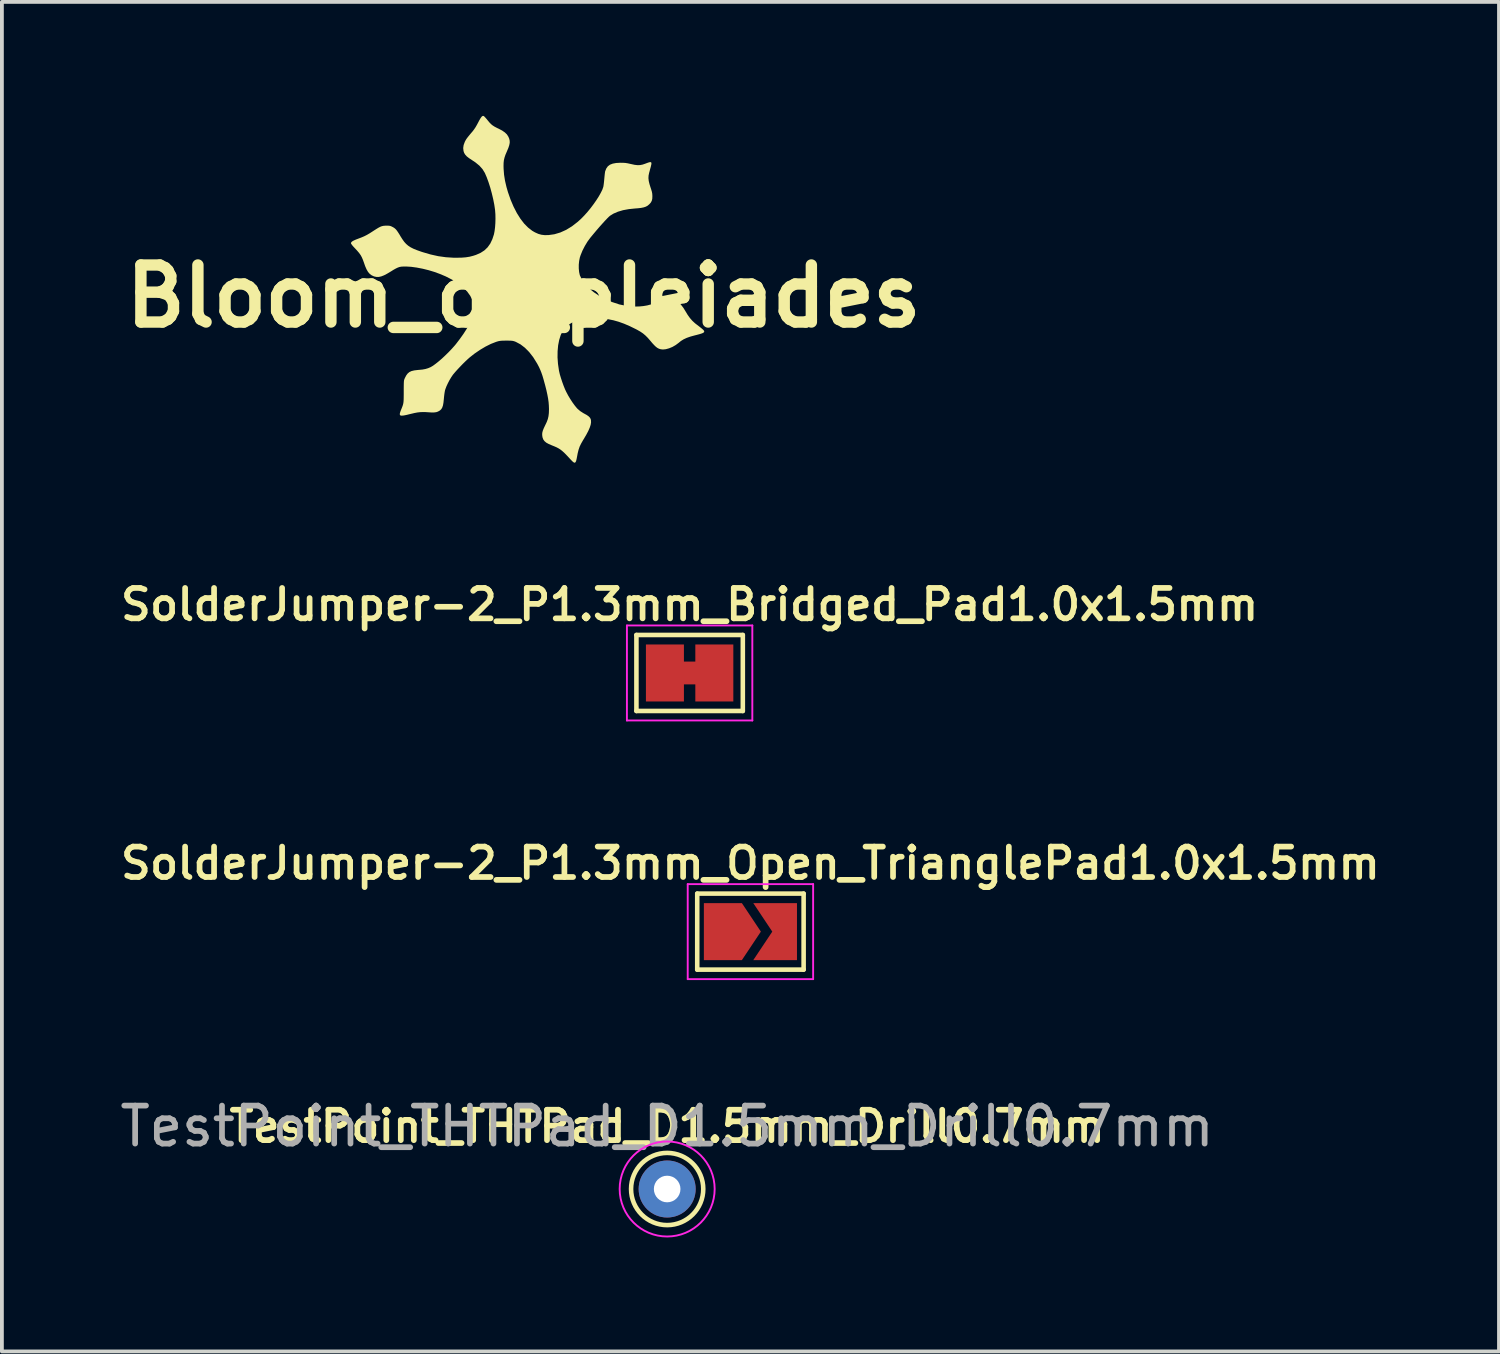
<source format=kicad_pcb>
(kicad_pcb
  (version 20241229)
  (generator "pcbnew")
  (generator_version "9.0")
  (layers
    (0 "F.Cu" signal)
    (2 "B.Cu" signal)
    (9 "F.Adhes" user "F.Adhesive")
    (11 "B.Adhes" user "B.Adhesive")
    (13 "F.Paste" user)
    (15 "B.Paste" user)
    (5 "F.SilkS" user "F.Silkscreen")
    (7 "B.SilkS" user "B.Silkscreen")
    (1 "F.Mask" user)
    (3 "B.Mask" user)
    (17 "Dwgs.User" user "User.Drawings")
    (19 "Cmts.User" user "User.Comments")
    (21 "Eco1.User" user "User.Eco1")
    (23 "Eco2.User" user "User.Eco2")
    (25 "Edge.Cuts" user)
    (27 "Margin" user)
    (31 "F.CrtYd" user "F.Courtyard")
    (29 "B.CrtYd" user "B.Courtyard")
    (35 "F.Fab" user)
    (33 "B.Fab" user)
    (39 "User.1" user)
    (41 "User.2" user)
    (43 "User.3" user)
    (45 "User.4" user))
  (footprint "SolderJumper-2_P1.3mm_Bridged_Pad1.0x1.5mm"
    (layer "F.Cu")
    (at 15.097 14.659)
    (property "Reference" "SolderJumper-2_P1.3mm_Bridged_Pad1.0x1.5mm" (at 0 -1.8 0) (layer "F.SilkS") (effects (font (size 0.8 0.8) (thickness 0.15))))
    (attr exclude_from_pos_files exclude_from_bom)
    (fp_poly (pts (xy -0.25 -0.3) (xy 0.25 -0.3) (xy 0.25 0.3) (xy -0.25 0.3)) (stroke (width 0) (type solid)) (fill yes) (layer "F.Cu"))
    (fp_line (start -1.4 -1) (end 1.4 -1) (stroke (width 0.12) (type solid)) (layer "F.SilkS"))
    (fp_line (start -1.4 1) (end -1.4 -1) (stroke (width 0.12) (type solid)) (layer "F.SilkS"))
    (fp_line (start 1.4 -1) (end 1.4 1) (stroke (width 0.12) (type solid)) (layer "F.SilkS"))
    (fp_line (start 1.4 1) (end -1.4 1) (stroke (width 0.12) (type solid)) (layer "F.SilkS"))
    (fp_line (start -1.65 -1.25) (end -1.65 1.25) (stroke (width 0.05) (type solid)) (layer "F.CrtYd"))
    (fp_line (start -1.65 -1.25) (end 1.65 -1.25) (stroke (width 0.05) (type solid)) (layer "F.CrtYd"))
    (fp_line (start 1.65 1.25) (end -1.65 1.25) (stroke (width 0.05) (type solid)) (layer "F.CrtYd"))
    (fp_line (start 1.65 1.25) (end 1.65 -1.25) (stroke (width 0.05) (type solid)) (layer "F.CrtYd"))
    (pad "1" smd rect (at -0.65 0) (size 1 1.5) (layers "F.Cu" "F.Mask"))
    (pad "2" smd rect (at 0.65 0) (size 1 1.5) (layers "F.Cu" "F.Mask")))
  (footprint "TestPoint_THTPad_D1.5mm_Drill0.7mm"
    (layer "F.Cu")
    (at 14.506 28.238)
    (property "Reference" "TestPoint_THTPad_D1.5mm_Drill0.7mm" (at 0 -1.648 0) (layer "F.SilkS") (effects (font (size 0.8 0.8) (thickness 0.15))))
    (attr exclude_from_pos_files exclude_from_bom)
    (fp_circle (center 0 0) (end 0 0.95) (stroke (width 0.12) (type solid)) (fill no) (layer "F.SilkS"))
    (fp_circle (center 0 0) (end 1.25 0) (stroke (width 0.05) (type solid)) (fill no) (layer "F.CrtYd"))
    (fp_text user "${REFERENCE}" (at 0 -1.65 0) (layer "F.Fab") (effects (font (size 1 1) (thickness 0.15))))
    (pad "1" thru_hole circle (at 0 0) (size 1.5 1.5) (drill 0.7) (layers "*.Cu" "*.Mask")))
  (footprint "Bloom_of_pleiades"
    (layer "F.Cu")
    (at 10.729 4.745)
    (property "Reference" "Bloom_of_pleiades" (at 0 0 0) (layer "F.SilkS") (effects (font (size 1.5 1.5) (thickness 0.3))))
    (attr board_only exclude_from_pos_files exclude_from_bom)
    (fp_poly (pts (xy -1.05 -4.742) (xy -1.031 -4.726) (xy -1.003 -4.696) (xy -0.969 -4.657) (xy -0.95 -4.633) (xy -0.903 -4.576) (xy -0.86 -4.531) (xy -0.815 -4.494) (xy -0.763 -4.461) (xy -0.696 -4.426) (xy -0.659 -4.409) (xy -0.566 -4.36) (xy -0.494 -4.31) (xy -0.44 -4.258) (xy -0.403 -4.2) (xy -0.402 -4.199) (xy -0.379 -4.144) (xy -0.367 -4.091) (xy -0.366 -4.036) (xy -0.378 -3.975) (xy -0.402 -3.902) (xy -0.44 -3.812) (xy -0.44 -3.811) (xy -0.477 -3.726) (xy -0.502 -3.652) (xy -0.519 -3.582) (xy -0.527 -3.51) (xy -0.529 -3.426) (xy -0.527 -3.353) (xy -0.515 -3.197) (xy -0.49 -3.039) (xy -0.451 -2.872) (xy -0.413 -2.741) (xy -0.343 -2.54) (xy -0.264 -2.355) (xy -0.178 -2.188) (xy -0.085 -2.04) (xy 0.013 -1.912) (xy 0.118 -1.806) (xy 0.226 -1.722) (xy 0.299 -1.68) (xy 0.386 -1.641) (xy 0.467 -1.618) (xy 0.552 -1.608) (xy 0.651 -1.609) (xy 0.654 -1.609) (xy 0.81 -1.631) (xy 0.965 -1.677) (xy 1.12 -1.747) (xy 1.273 -1.841) (xy 1.425 -1.959) (xy 1.515 -2.041) (xy 1.597 -2.125) (xy 1.681 -2.219) (xy 1.763 -2.319) (xy 1.841 -2.423) (xy 1.913 -2.526) (xy 1.977 -2.626) (xy 2.03 -2.72) (xy 2.071 -2.803) (xy 2.095 -2.872) (xy 2.097 -2.878) (xy 2.103 -2.913) (xy 2.11 -2.965) (xy 2.117 -3.027) (xy 2.123 -3.094) (xy 2.123 -3.094) (xy 2.129 -3.158) (xy 2.135 -3.216) (xy 2.141 -3.262) (xy 2.146 -3.29) (xy 2.147 -3.291) (xy 2.176 -3.363) (xy 2.216 -3.419) (xy 2.272 -3.461) (xy 2.344 -3.489) (xy 2.434 -3.506) (xy 2.544 -3.512) (xy 2.618 -3.511) (xy 2.68 -3.507) (xy 2.742 -3.497) (xy 2.813 -3.481) (xy 2.828 -3.478) (xy 2.919 -3.458) (xy 2.995 -3.449) (xy 3.063 -3.451) (xy 3.131 -3.464) (xy 3.205 -3.489) (xy 3.214 -3.493) (xy 3.279 -3.517) (xy 3.323 -3.529) (xy 3.351 -3.527) (xy 3.363 -3.509) (xy 3.361 -3.473) (xy 3.349 -3.42) (xy 3.346 -3.405) (xy 3.33 -3.349) (xy 3.315 -3.291) (xy 3.303 -3.248) (xy 3.288 -3.177) (xy 3.284 -3.107) (xy 3.292 -3.034) (xy 3.312 -2.95) (xy 3.336 -2.873) (xy 3.359 -2.803) (xy 3.375 -2.748) (xy 3.384 -2.701) (xy 3.387 -2.657) (xy 3.388 -2.63) (xy 3.385 -2.562) (xy 3.371 -2.509) (xy 3.345 -2.462) (xy 3.302 -2.415) (xy 3.301 -2.415) (xy 3.262 -2.382) (xy 3.216 -2.357) (xy 3.16 -2.338) (xy 3.09 -2.324) (xy 3.003 -2.314) (xy 2.933 -2.309) (xy 2.768 -2.292) (xy 2.616 -2.264) (xy 2.481 -2.224) (xy 2.365 -2.174) (xy 2.274 -2.118) (xy 2.241 -2.089) (xy 2.195 -2.043) (xy 2.137 -1.982) (xy 2.07 -1.908) (xy 1.995 -1.824) (xy 1.915 -1.731) (xy 1.832 -1.632) (xy 1.756 -1.54) (xy 1.68 -1.437) (xy 1.61 -1.321) (xy 1.548 -1.2) (xy 1.5 -1.082) (xy 1.479 -1.019) (xy 1.461 -0.929) (xy 1.451 -0.83) (xy 1.451 -0.731) (xy 1.46 -0.638) (xy 1.477 -0.559) (xy 1.483 -0.543) (xy 1.54 -0.426) (xy 1.621 -0.314) (xy 1.724 -0.205) (xy 1.85 -0.103) (xy 1.996 -0.006) (xy 2.134 0.068) (xy 2.327 0.153) (xy 2.519 0.216) (xy 2.71 0.255) (xy 2.898 0.271) (xy 2.93 0.272) (xy 3.046 0.269) (xy 3.152 0.259) (xy 3.252 0.242) (xy 3.353 0.215) (xy 3.462 0.178) (xy 3.584 0.128) (xy 3.599 0.122) (xy 3.658 0.098) (xy 3.702 0.082) (xy 3.74 0.073) (xy 3.78 0.069) (xy 3.822 0.068) (xy 3.878 0.07) (xy 3.921 0.075) (xy 3.959 0.088) (xy 3.989 0.102) (xy 4.064 0.149) (xy 4.135 0.216) (xy 4.203 0.305) (xy 4.253 0.386) (xy 4.316 0.49) (xy 4.377 0.575) (xy 4.439 0.646) (xy 4.506 0.708) (xy 4.532 0.729) (xy 4.604 0.784) (xy 4.659 0.827) (xy 4.698 0.859) (xy 4.725 0.883) (xy 4.741 0.901) (xy 4.749 0.915) (xy 4.752 0.923) (xy 4.75 0.939) (xy 4.739 0.954) (xy 4.716 0.968) (xy 4.678 0.983) (xy 4.622 1) (xy 4.546 1.02) (xy 4.506 1.03) (xy 4.389 1.062) (xy 4.292 1.096) (xy 4.21 1.134) (xy 4.138 1.179) (xy 4.078 1.228) (xy 4.001 1.285) (xy 3.916 1.334) (xy 3.829 1.37) (xy 3.743 1.394) (xy 3.664 1.402) (xy 3.606 1.395) (xy 3.563 1.382) (xy 3.523 1.362) (xy 3.482 1.332) (xy 3.438 1.29) (xy 3.385 1.233) (xy 3.339 1.178) (xy 3.269 1.097) (xy 3.205 1.033) (xy 3.141 0.979) (xy 3.07 0.931) (xy 2.986 0.883) (xy 2.955 0.867) (xy 2.792 0.787) (xy 2.643 0.723) (xy 2.501 0.672) (xy 2.363 0.633) (xy 2.224 0.605) (xy 2.078 0.587) (xy 2.015 0.581) (xy 1.842 0.576) (xy 1.68 0.584) (xy 1.531 0.607) (xy 1.395 0.644) (xy 1.275 0.694) (xy 1.173 0.756) (xy 1.089 0.83) (xy 1.028 0.911) (xy 0.976 1.021) (xy 0.936 1.149) (xy 0.908 1.292) (xy 0.894 1.447) (xy 0.892 1.611) (xy 0.904 1.78) (xy 0.929 1.951) (xy 0.934 1.976) (xy 0.953 2.058) (xy 0.982 2.154) (xy 1.016 2.257) (xy 1.053 2.359) (xy 1.091 2.453) (xy 1.123 2.52) (xy 1.171 2.611) (xy 1.227 2.705) (xy 1.286 2.795) (xy 1.345 2.876) (xy 1.4 2.943) (xy 1.42 2.964) (xy 1.49 3.024) (xy 1.574 3.078) (xy 1.591 3.087) (xy 1.662 3.126) (xy 1.712 3.162) (xy 1.745 3.196) (xy 1.765 3.233) (xy 1.772 3.265) (xy 1.774 3.32) (xy 1.764 3.383) (xy 1.74 3.456) (xy 1.703 3.542) (xy 1.651 3.641) (xy 1.583 3.757) (xy 1.563 3.789) (xy 1.513 3.877) (xy 1.474 3.957) (xy 1.446 4.039) (xy 1.423 4.13) (xy 1.409 4.205) (xy 1.394 4.283) (xy 1.38 4.339) (xy 1.363 4.371) (xy 1.343 4.382) (xy 1.316 4.372) (xy 1.28 4.342) (xy 1.233 4.293) (xy 1.223 4.282) (xy 1.147 4.2) (xy 1.084 4.135) (xy 1.028 4.083) (xy 0.977 4.041) (xy 0.925 4.007) (xy 0.869 3.977) (xy 0.805 3.949) (xy 0.745 3.925) (xy 0.659 3.888) (xy 0.594 3.852) (xy 0.548 3.812) (xy 0.516 3.767) (xy 0.497 3.714) (xy 0.495 3.703) (xy 0.488 3.65) (xy 0.49 3.597) (xy 0.504 3.54) (xy 0.53 3.474) (xy 0.568 3.394) (xy 0.608 3.31) (xy 0.636 3.234) (xy 0.654 3.158) (xy 0.664 3.074) (xy 0.667 2.974) (xy 0.667 2.968) (xy 0.664 2.879) (xy 0.657 2.788) (xy 0.644 2.693) (xy 0.624 2.587) (xy 0.598 2.468) (xy 0.563 2.33) (xy 0.556 2.306) (xy 0.524 2.189) (xy 0.495 2.091) (xy 0.466 2.008) (xy 0.436 1.933) (xy 0.404 1.863) (xy 0.366 1.791) (xy 0.352 1.766) (xy 0.252 1.605) (xy 0.146 1.469) (xy 0.034 1.356) (xy -0.082 1.267) (xy -0.204 1.202) (xy -0.219 1.196) (xy -0.251 1.184) (xy -0.283 1.176) (xy -0.32 1.171) (xy -0.367 1.169) (xy -0.431 1.168) (xy -0.457 1.168) (xy -0.529 1.169) (xy -0.583 1.171) (xy -0.627 1.176) (xy -0.667 1.184) (xy -0.711 1.197) (xy -0.729 1.203) (xy -0.862 1.255) (xy -1.004 1.326) (xy -1.15 1.413) (xy -1.296 1.513) (xy -1.419 1.61) (xy -1.472 1.657) (xy -1.536 1.717) (xy -1.605 1.785) (xy -1.675 1.858) (xy -1.742 1.929) (xy -1.801 1.995) (xy -1.848 2.051) (xy -1.862 2.068) (xy -1.906 2.133) (xy -1.952 2.21) (xy -1.995 2.293) (xy -2.032 2.373) (xy -2.059 2.445) (xy -2.069 2.476) (xy -2.077 2.518) (xy -2.086 2.576) (xy -2.094 2.644) (xy -2.1 2.71) (xy -2.11 2.803) (xy -2.123 2.875) (xy -2.142 2.93) (xy -2.166 2.971) (xy -2.199 3.003) (xy -2.209 3.01) (xy -2.253 3.035) (xy -2.3 3.051) (xy -2.355 3.058) (xy -2.424 3.059) (xy -2.488 3.055) (xy -2.579 3.049) (xy -2.657 3.048) (xy -2.727 3.051) (xy -2.797 3.059) (xy -2.875 3.074) (xy -2.968 3.096) (xy -2.99 3.101) (xy -3.083 3.124) (xy -3.154 3.138) (xy -3.206 3.143) (xy -3.239 3.139) (xy -3.256 3.123) (xy -3.259 3.095) (xy -3.249 3.053) (xy -3.229 2.997) (xy -3.218 2.972) (xy -3.199 2.924) (xy -3.184 2.884) (xy -3.173 2.848) (xy -3.165 2.811) (xy -3.16 2.77) (xy -3.157 2.719) (xy -3.156 2.655) (xy -3.155 2.573) (xy -3.155 2.507) (xy -3.155 2.415) (xy -3.154 2.343) (xy -3.153 2.29) (xy -3.151 2.25) (xy -3.148 2.22) (xy -3.143 2.197) (xy -3.135 2.176) (xy -3.126 2.155) (xy -3.123 2.149) (xy -3.088 2.082) (xy -3.05 2.032) (xy -3.005 1.995) (xy -2.949 1.969) (xy -2.878 1.952) (xy -2.788 1.941) (xy -2.764 1.939) (xy -2.665 1.93) (xy -2.584 1.915) (xy -2.514 1.894) (xy -2.448 1.866) (xy -2.444 1.864) (xy -2.385 1.829) (xy -2.314 1.777) (xy -2.234 1.713) (xy -2.148 1.639) (xy -2.061 1.557) (xy -1.974 1.472) (xy -1.892 1.386) (xy -1.817 1.302) (xy -1.782 1.26) (xy -1.678 1.124) (xy -1.584 0.992) (xy -1.502 0.864) (xy -1.433 0.744) (xy -1.379 0.634) (xy -1.341 0.537) (xy -1.327 0.487) (xy -1.314 0.402) (xy -1.311 0.308) (xy -1.319 0.215) (xy -1.337 0.133) (xy -1.345 0.109) (xy -1.404 -0.01) (xy -1.486 -0.124) (xy -1.592 -0.233) (xy -1.721 -0.335) (xy -1.874 -0.431) (xy -2.049 -0.521) (xy -2.198 -0.584) (xy -2.345 -0.638) (xy -2.5 -0.685) (xy -2.658 -0.724) (xy -2.813 -0.754) (xy -2.959 -0.774) (xy -3.091 -0.782) (xy -3.106 -0.782) (xy -3.169 -0.781) (xy -3.222 -0.778) (xy -3.268 -0.769) (xy -3.313 -0.753) (xy -3.363 -0.729) (xy -3.424 -0.695) (xy -3.491 -0.653) (xy -3.59 -0.594) (xy -3.674 -0.55) (xy -3.746 -0.522) (xy -3.809 -0.508) (xy -3.868 -0.507) (xy -3.924 -0.518) (xy -3.942 -0.524) (xy -4 -0.551) (xy -4.05 -0.588) (xy -4.094 -0.639) (xy -4.133 -0.706) (xy -4.171 -0.793) (xy -4.198 -0.871) (xy -4.228 -0.955) (xy -4.257 -1.023) (xy -4.289 -1.082) (xy -4.329 -1.138) (xy -4.38 -1.198) (xy -4.434 -1.256) (xy -4.478 -1.303) (xy -4.513 -1.344) (xy -4.536 -1.376) (xy -4.544 -1.394) (xy -4.537 -1.417) (xy -4.515 -1.44) (xy -4.474 -1.464) (xy -4.414 -1.491) (xy -4.356 -1.513) (xy -4.269 -1.546) (xy -4.194 -1.578) (xy -4.125 -1.613) (xy -4.053 -1.655) (xy -3.97 -1.708) (xy -3.955 -1.718) (xy -3.88 -1.766) (xy -3.821 -1.802) (xy -3.773 -1.827) (xy -3.731 -1.843) (xy -3.69 -1.852) (xy -3.645 -1.856) (xy -3.612 -1.857) (xy -3.558 -1.856) (xy -3.519 -1.852) (xy -3.486 -1.841) (xy -3.449 -1.822) (xy -3.447 -1.822) (xy -3.413 -1.802) (xy -3.385 -1.781) (xy -3.358 -1.755) (xy -3.331 -1.721) (xy -3.299 -1.674) (xy -3.26 -1.612) (xy -3.24 -1.577) (xy -3.189 -1.497) (xy -3.141 -1.43) (xy -3.091 -1.375) (xy -3.036 -1.328) (xy -2.973 -1.287) (xy -2.898 -1.249) (xy -2.807 -1.212) (xy -2.697 -1.173) (xy -2.661 -1.161) (xy -2.449 -1.099) (xy -2.247 -1.054) (xy -2.046 -1.026) (xy -1.841 -1.013) (xy -1.765 -1.013) (xy -1.634 -1.015) (xy -1.521 -1.024) (xy -1.42 -1.04) (xy -1.324 -1.065) (xy -1.253 -1.088) (xy -1.133 -1.141) (xy -1.031 -1.207) (xy -0.947 -1.288) (xy -0.878 -1.385) (xy -0.823 -1.501) (xy -0.781 -1.629) (xy -0.765 -1.712) (xy -0.752 -1.812) (xy -0.744 -1.924) (xy -0.741 -2.04) (xy -0.743 -2.155) (xy -0.751 -2.261) (xy -0.752 -2.273) (xy -0.772 -2.408) (xy -0.801 -2.555) (xy -0.837 -2.706) (xy -0.878 -2.857) (xy -0.924 -3.001) (xy -0.972 -3.132) (xy -1.021 -3.245) (xy -1.023 -3.248) (xy -1.082 -3.344) (xy -1.164 -3.436) (xy -1.269 -3.522) (xy -1.356 -3.58) (xy -1.436 -3.633) (xy -1.496 -3.68) (xy -1.538 -3.726) (xy -1.566 -3.773) (xy -1.582 -3.822) (xy -1.59 -3.9) (xy -1.579 -3.978) (xy -1.548 -4.062) (xy -1.544 -4.07) (xy -1.53 -4.097) (xy -1.515 -4.123) (xy -1.497 -4.15) (xy -1.473 -4.182) (xy -1.44 -4.223) (xy -1.397 -4.275) (xy -1.34 -4.342) (xy -1.336 -4.347) (xy -1.303 -4.391) (xy -1.264 -4.449) (xy -1.227 -4.514) (xy -1.203 -4.559) (xy -1.163 -4.635) (xy -1.131 -4.689) (xy -1.104 -4.725) (xy -1.081 -4.743) (xy -1.06 -4.745)) (stroke (width 0) (type solid)) (fill yes) (layer "F.SilkS")))
  (footprint "SolderJumper-2_P1.3mm_Open_TrianglePad1.0x1.5mm"
    (layer "F.Cu")
    (at 16.697 21.465)
    (property "Reference" "SolderJumper-2_P1.3mm_Open_TrianglePad1.0x1.5mm" (at 0 -1.8 0) (layer "F.SilkS") (effects (font (size 0.8 0.8) (thickness 0.15))))
    (attr exclude_from_pos_files exclude_from_bom)
    (fp_line (start -1.4 -1) (end 1.4 -1) (stroke (width 0.12) (type solid)) (layer "F.SilkS"))
    (fp_line (start -1.4 1) (end -1.4 -1) (stroke (width 0.12) (type solid)) (layer "F.SilkS"))
    (fp_line (start 1.4 -1) (end 1.4 1) (stroke (width 0.12) (type solid)) (layer "F.SilkS"))
    (fp_line (start 1.4 1) (end -1.4 1) (stroke (width 0.12) (type solid)) (layer "F.SilkS"))
    (fp_line (start -1.65 -1.25) (end -1.65 1.25) (stroke (width 0.05) (type solid)) (layer "F.CrtYd"))
    (fp_line (start -1.65 -1.25) (end 1.65 -1.25) (stroke (width 0.05) (type solid)) (layer "F.CrtYd"))
    (fp_line (start 1.65 1.25) (end -1.65 1.25) (stroke (width 0.05) (type solid)) (layer "F.CrtYd"))
    (fp_line (start 1.65 1.25) (end 1.65 -1.25) (stroke (width 0.05) (type solid)) (layer "F.CrtYd"))
    (pad "1" smd custom (at -0.725 0) (size 0.3 0.3) (layers "F.Cu" "F.Mask") (options (anchor rect)) (primitives (gr_poly (pts (xy 1 0) (xy 0.5 0.75) (xy -0.5 0.75) (xy -0.5 -0.75) (xy 0.5 -0.75)) (width 0) (fill yes))))
    (pad "2" smd custom (at 0.725 0) (size 0.3 0.3) (layers "F.Cu" "F.Mask") (options (anchor rect)) (primitives (gr_poly (pts (xy 0.5 0.75) (xy -0.65 0.75) (xy -0.15 0) (xy -0.65 -0.75) (xy 0.5 -0.75)) (width 0) (fill yes)))))
  (gr_rect
    (start -3 -3)
    (end 36.395 32.513)
    (stroke (width 0.1) (type default))
    (fill no)
    (layer "Edge.Cuts")))
</source>
